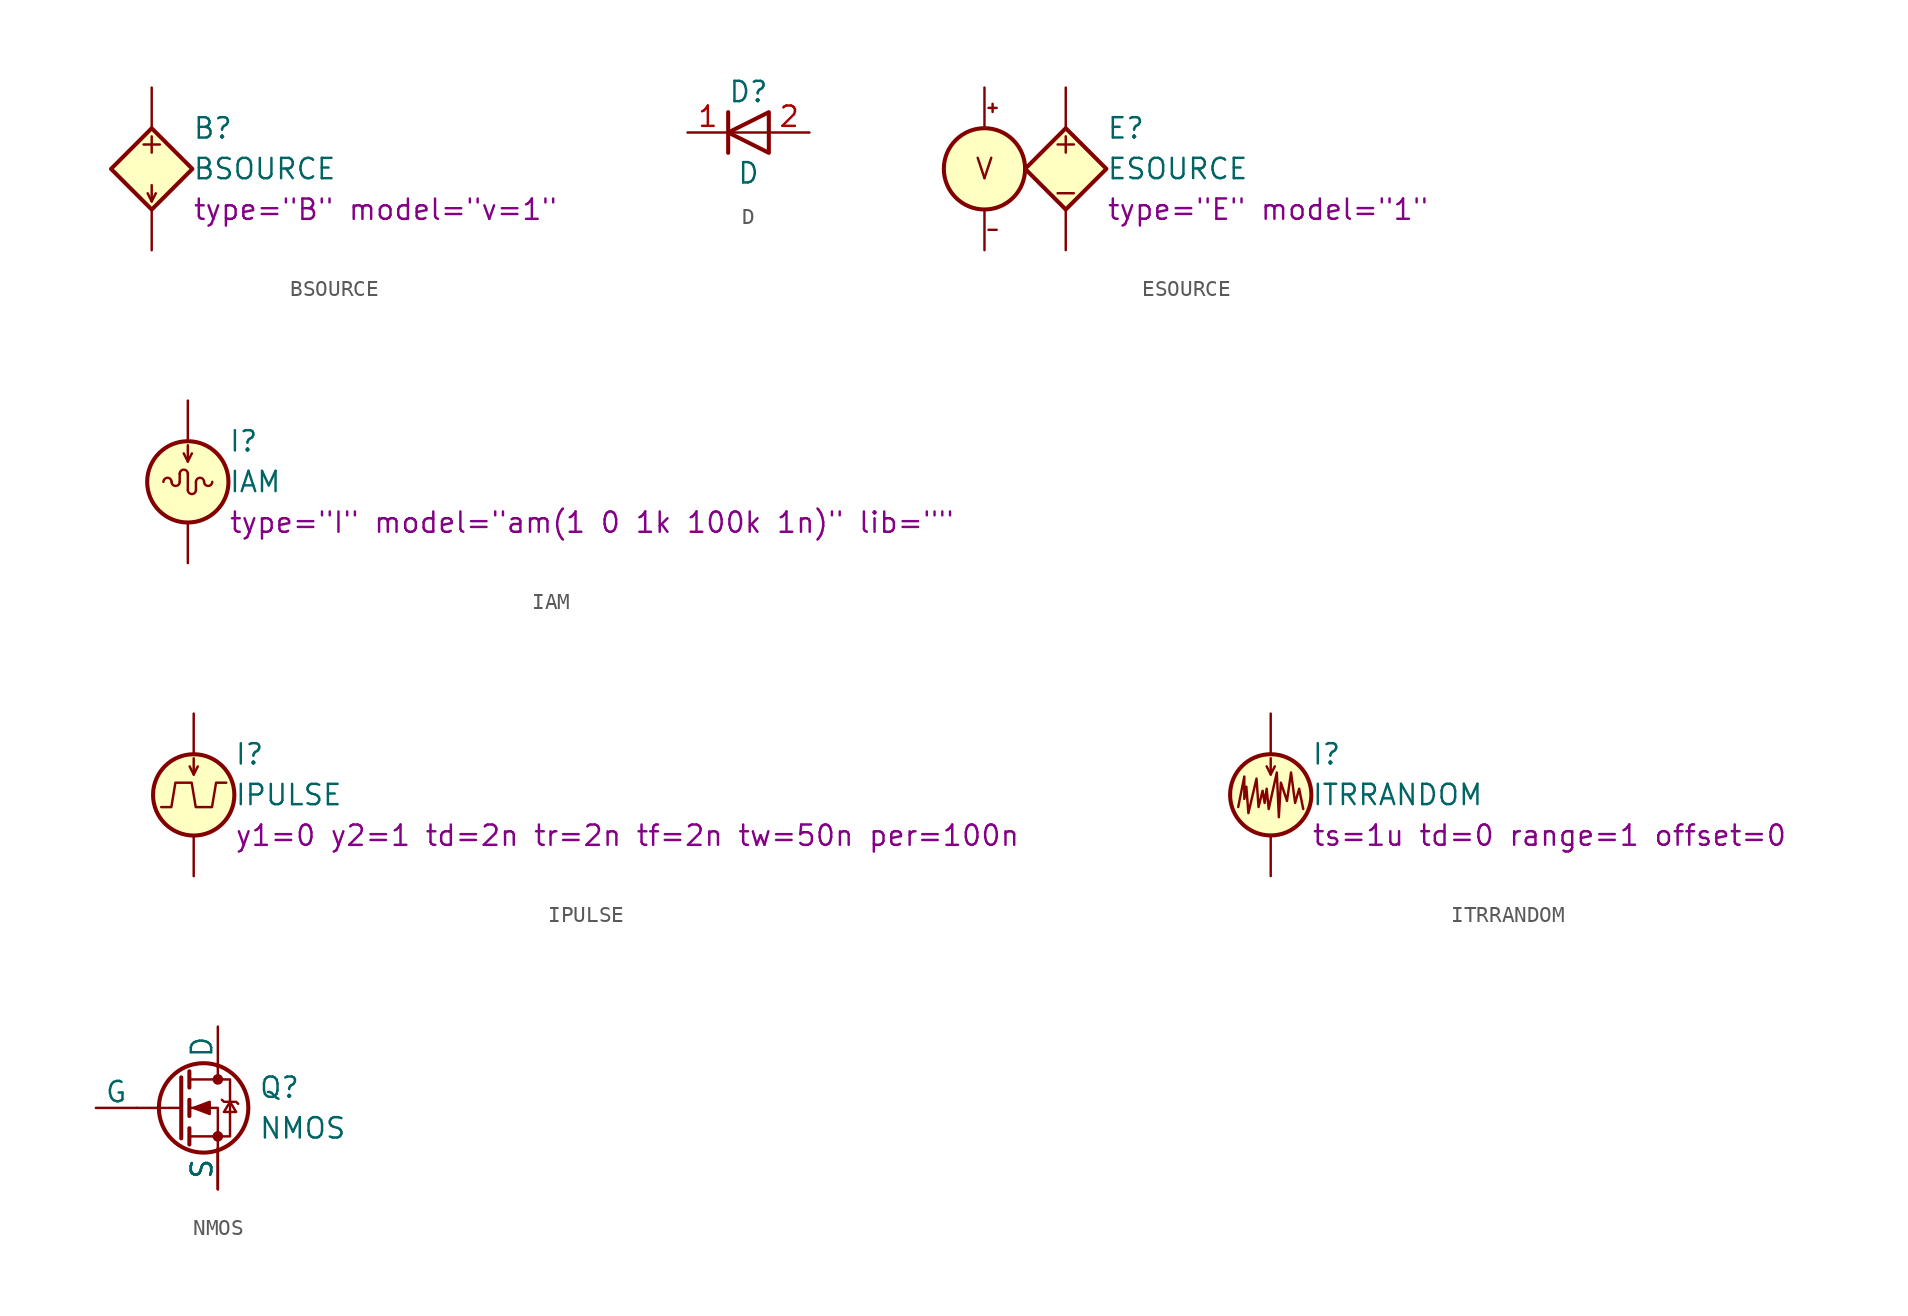
<source format=kicad_sym>
(kicad_symbol_lib
  (version 20231120)
  (generator "kicad_symbol_editor")
  (generator_version "8.0")
  (symbol "BSOURCE"
    (pin_numbers hide)
    (pin_names
      (offset 1.016) hide)
    (property "Reference" "B"
      (at 2.54 2.54 0)
      (effects (font (size 1.27 1.27)) (justify left)))
    (property "Value" "BSOURCE"
      (at 2.54 0 0)
      (effects (font (size 1.27 1.27)) (justify left)))
    (property "Sim.Params" "type=\"B\" model=\"v=1\""
      (at 2.54 -2.54 0)
      (effects (font (size 1.27 1.27)) (justify left)))
    (symbol "BSOURCE_0_1"
      (polyline (pts (xy 0 -1.016) (xy 0 -2.032)) (stroke (width 0) (type default)) (fill (type none)))
      (polyline (pts (xy 0.254 -1.524) (xy 0 -2.032) (xy -0.254 -1.524)) (stroke (width 0) (type default)) (fill (type none)))
      (polyline (pts (xy 0 2.54) (xy -2.54 0) (xy 0 -2.54) (xy 2.54 0) (xy 0 2.54)) (stroke (width 0.254) (type default)) (fill (type background))))
    (symbol "BSOURCE_1_1"
      (polyline (pts (xy -0.508 1.524) (xy 0.508 1.524)) (stroke (width 0) (type default)) (fill (type none)))
      (polyline (pts (xy 0 1.016) (xy 0 2.032)) (stroke (width 0) (type default)) (fill (type none)))
      (pin passive line (at 0 5.08 270) (length 2.54) (name "N+" (effects (font (size 1.27 1.27)))) (number "1" (effects (font (size 1.27 1.27)))))
      (pin passive line (at 0 -5.08 90) (length 2.54) (name "N-" (effects (font (size 1.27 1.27)))) (number "2" (effects (font (size 1.27 1.27)))))))
  (symbol "D"
    (pin_names
      (offset 1.016) hide)
    (property "Reference" "D"
      (at 0 2.54 0)
      (effects (font (size 1.27 1.27))))
    (property "Value" "D"
      (at 0 -2.54 0)
      (effects (font (size 1.27 1.27))))
    (symbol "D_0_1"
      (polyline (pts (xy -1.27 1.27) (xy -1.27 -1.27)) (stroke (width 0.254) (type default)) (fill (type none)))
      (polyline (pts (xy 1.27 0) (xy -1.27 0)) (stroke (width 0) (type default)) (fill (type none)))
      (polyline (pts (xy 1.27 1.27) (xy 1.27 -1.27) (xy -1.27 0) (xy 1.27 1.27)) (stroke (width 0.254) (type default)) (fill (type none))))
    (symbol "D_1_1"
      (pin passive line (at -3.81 0 0) (length 2.54) (name "K" (effects (font (size 1.27 1.27)))) (number "1" (effects (font (size 1.27 1.27)))))
      (pin passive line (at 3.81 0 180) (length 2.54) (name "A" (effects (font (size 1.27 1.27)))) (number "2" (effects (font (size 1.27 1.27)))))))
  (symbol "ESOURCE"
    (pin_numbers hide)
    (pin_names
      (offset 1.016) hide)
    (property "Reference" "E"
      (at 2.54 2.54 0)
      (effects (font (size 1.27 1.27)) (justify left)))
    (property "Value" "ESOURCE"
      (at 2.54 0 0)
      (effects (font (size 1.27 1.27)) (justify left)))
    (property "Sim.Params" "type=\"E\" model=\"1\""
      (at 2.54 -2.54 0)
      (effects (font (size 1.27 1.27)) (justify left)))
    (symbol "ESOURCE_0_1"
      (polyline (pts (xy 0 2.032) (xy 0 1.016)) (stroke (width 0) (type default)) (fill (type none))))
    (symbol "ESOURCE_1_1"
      (circle (center -5.08 0) (radius 2.54) (stroke (width 0.254) (type default)) (fill (type background)))
      (polyline (pts (xy -4.826 -3.81) (xy -4.318 -3.81)) (stroke (width 0) (type default)) (fill (type none)))
      (polyline (pts (xy -4.826 3.81) (xy -4.318 3.81)) (stroke (width 0) (type default)) (fill (type none)))
      (polyline (pts (xy -4.572 4.064) (xy -4.572 3.556)) (stroke (width 0) (type default)) (fill (type none)))
      (polyline (pts (xy 0.508 -1.524) (xy -0.508 -1.524)) (stroke (width 0) (type default)) (fill (type none)))
      (polyline (pts (xy 0.508 1.524) (xy -0.508 1.524)) (stroke (width 0) (type default)) (fill (type none)))
      (polyline (pts (xy 0 2.54) (xy -2.54 0) (xy 0 -2.54) (xy 2.54 0) (xy 0 2.54)) (stroke (width 0.254) (type default)) (fill (type background)))
      (text "V" (at -5.08 0 0) (effects (font (size 1.27 1.27))))
      (pin passive line (at 0 5.08 270) (length 2.54) (name "N+" (effects (font (size 1.27 1.27)))) (number "1" (effects (font (size 1.27 1.27)))))
      (pin passive line (at 0 -5.08 90) (length 2.54) (name "N-" (effects (font (size 1.27 1.27)))) (number "2" (effects (font (size 1.27 1.27)))))
      (pin input line (at -5.08 5.08 270) (length 2.54) (name "C+" (effects (font (size 1.27 1.27)))) (number "3" (effects (font (size 1.27 1.27)))))
      (pin input line (at -5.08 -5.08 90) (length 2.54) (name "C-" (effects (font (size 1.27 1.27)))) (number "4" (effects (font (size 1.27 1.27)))))))
  (symbol "IAM"
    (pin_numbers hide)
    (pin_names
      (offset 0.025))
    (property "Reference" "I"
      (at 2.54 2.54 0)
      (effects (font (size 1.27 1.27)) (justify left)))
    (property "Value" "IAM"
      (at 2.54 0 0)
      (effects (font (size 1.27 1.27)) (justify left)))
    (property "Sim.Params" "type=\"I\" model=\"am(1 0 1k 100k 1n)\" lib=\"\""
      (at 2.54 -2.54 0)
      (effects (font (size 1.27 1.27)) (justify left)))
    (symbol "IAM_0_0"
      (arc (start 0 0.508) (mid -0.254 0.7609) (end -0.508 0.508) (stroke (width 0) (type default)) (fill (type none))))
    (symbol "IAM_0_1"
      (arc (start -1.016 0) (mid -1.27 0.2529) (end -1.524 0) (stroke (width 0) (type default)) (fill (type none)))
      (arc (start -1.016 0) (mid -0.762 -0.2529) (end -0.508 0) (stroke (width 0) (type default)) (fill (type none)))
      (arc (start 0 -0.508) (mid 0.254 -0.7609) (end 0.508 -0.508) (stroke (width 0) (type default)) (fill (type none)))
      (polyline (pts (xy -0.508 0.508) (xy -0.508 0)) (stroke (width 0) (type default)) (fill (type none)))
      (polyline (pts (xy 0 0.508) (xy 0 -0.508)) (stroke (width 0) (type default)) (fill (type none)))
      (polyline (pts (xy 0 1.27) (xy 0 2.286)) (stroke (width 0) (type default)) (fill (type none)))
      (polyline (pts (xy 0.508 -0.508) (xy 0.508 0)) (stroke (width 0) (type default)) (fill (type none)))
      (polyline (pts (xy -0.254 1.778) (xy 0 1.27) (xy 0.254 1.778)) (stroke (width 0) (type default)) (fill (type none)))
      (circle (center 0 0) (radius 2.54) (stroke (width 0.254) (type default)) (fill (type background)))
      (arc (start 1.016 0) (mid 0.762 0.2529) (end 0.508 0) (stroke (width 0) (type default)) (fill (type none)))
      (arc (start 1.016 0) (mid 1.27 -0.2529) (end 1.524 0) (stroke (width 0) (type default)) (fill (type none))))
    (symbol "IAM_1_1"
      (pin passive line (at 0 5.08 270) (length 2.54) (name "~" (effects (font (size 1.27 1.27)))) (number "1" (effects (font (size 1.27 1.27)))))
      (pin passive line (at 0 -5.08 90) (length 2.54) (name "~" (effects (font (size 1.27 1.27)))) (number "2" (effects (font (size 1.27 1.27)))))))
  (symbol "IPULSE"
    (pin_numbers hide)
    (pin_names
      (offset 0.025))
    (property "Reference" "I"
      (at 2.54 2.54 0)
      (effects (font (size 1.27 1.27)) (justify left)))
    (property "Value" "IPULSE"
      (at 2.54 0 0)
      (effects (font (size 1.27 1.27)) (justify left)))
    (property "Sim.Params" "y1=0 y2=1 td=2n tr=2n tf=2n tw=50n per=100n"
      (at 2.54 -2.54 0)
      (effects (font (size 1.27 1.27)) (justify left)))
    (symbol "IPULSE_0_0"
      (polyline (pts (xy -2.032 -0.762) (xy -1.397 -0.762) (xy -1.143 0.762) (xy -0.127 0.762) (xy 0.127 -0.762) (xy 1.143 -0.762) (xy 1.397 0.762) (xy 2.032 0.762)) (stroke (width 0) (type default)) (fill (type none))))
    (symbol "IPULSE_0_1"
      (polyline (pts (xy 0 1.27) (xy 0 2.286)) (stroke (width 0) (type default)) (fill (type none)))
      (polyline (pts (xy -0.254 1.778) (xy 0 1.27) (xy 0.254 1.778)) (stroke (width 0) (type default)) (fill (type none)))
      (circle (center 0 0) (radius 2.54) (stroke (width 0.254) (type default)) (fill (type background))))
    (symbol "IPULSE_1_1"
      (pin passive line (at 0 5.08 270) (length 2.54) (name "~" (effects (font (size 1.27 1.27)))) (number "1" (effects (font (size 1.27 1.27)))))
      (pin passive line (at 0 -5.08 90) (length 2.54) (name "~" (effects (font (size 1.27 1.27)))) (number "2" (effects (font (size 1.27 1.27)))))))
  (symbol "ITRRANDOM"
    (pin_numbers hide)
    (pin_names
      (offset 0.025))
    (property "Reference" "I"
      (at 2.54 2.54 0)
      (effects (font (size 1.27 1.27)) (justify left)))
    (property "Value" "ITRRANDOM"
      (at 2.54 0 0)
      (effects (font (size 1.27 1.27)) (justify left)))
    (property "Sim.Params" "ts=1u td=0 range=1 offset=0"
      (at 2.54 -2.54 0)
      (effects (font (size 1.27 1.27)) (justify left)))
    (symbol "ITRRANDOM_0_1"
      (polyline (pts (xy 0 1.27) (xy 0 2.286)) (stroke (width 0) (type default)) (fill (type none)))
      (polyline (pts (xy -0.254 1.778) (xy 0 1.27) (xy 0.254 1.778)) (stroke (width 0) (type default)) (fill (type none)))
      (polyline (pts (xy -2.032 -0.762) (xy -1.651 1.143) (xy -1.651 -0.254) (xy -1.524 0.508) (xy -1.397 -1.143) (xy -0.889 1.016) (xy -0.762 -0.762) (xy -0.508 0.254) (xy -0.381 -0.508) (xy -0.254 0.381) (xy -0.127 -0.889) (xy 0.381 1.397) (xy 0.508 -1.397) (xy 0.635 0.762) (xy 1.016 -0.381) (xy 1.27 1.397) (xy 1.524 -0.508) (xy 1.778 0.381) (xy 2.032 -0.889)) (stroke (width 0) (type default)) (fill (type none)))
      (circle (center 0 0) (radius 2.54) (stroke (width 0.254) (type default)) (fill (type background))))
    (symbol "ITRRANDOM_1_1"
      (pin passive line (at 0 5.08 270) (length 2.54) (name "~" (effects (font (size 1.27 1.27)))) (number "1" (effects (font (size 1.27 1.27)))))
      (pin passive line (at 0 -5.08 90) (length 2.54) (name "~" (effects (font (size 1.27 1.27)))) (number "2" (effects (font (size 1.27 1.27)))))))
  (symbol "NMOS"
    (pin_numbers hide)
    (pin_names
      (offset 0))
    (property "Reference" "Q"
      (at 5.08 1.27 0)
      (effects (font (size 1.27 1.27)) (justify left)))
    (property "Value" "NMOS"
      (at 5.08 -1.27 0)
      (effects (font (size 1.27 1.27)) (justify left)))
    (symbol "NMOS_0_1"
      (polyline (pts (xy 0.254 0) (xy -2.54 0)) (stroke (width 0) (type default)) (fill (type none)))
      (polyline (pts (xy 0.254 1.905) (xy 0.254 -1.905)) (stroke (width 0.254) (type default)) (fill (type none)))
      (polyline (pts (xy 0.762 -1.27) (xy 0.762 -2.286)) (stroke (width 0.254) (type default)) (fill (type none)))
      (polyline (pts (xy 0.762 0.508) (xy 0.762 -0.508)) (stroke (width 0.254) (type default)) (fill (type none)))
      (polyline (pts (xy 0.762 2.286) (xy 0.762 1.27)) (stroke (width 0.254) (type default)) (fill (type none)))
      (polyline (pts (xy 2.54 2.54) (xy 2.54 1.778)) (stroke (width 0) (type default)) (fill (type none)))
      (polyline (pts (xy 2.54 -2.54) (xy 2.54 0) (xy 0.762 0)) (stroke (width 0) (type default)) (fill (type none)))
      (polyline (pts (xy 0.762 -1.778) (xy 3.302 -1.778) (xy 3.302 1.778) (xy 0.762 1.778)) (stroke (width 0) (type default)) (fill (type none)))
      (polyline (pts (xy 1.016 0) (xy 2.032 0.381) (xy 2.032 -0.381) (xy 1.016 0)) (stroke (width 0) (type default)) (fill (type outline)))
      (polyline (pts (xy 2.794 0.508) (xy 2.921 0.381) (xy 3.683 0.381) (xy 3.81 0.254)) (stroke (width 0) (type default)) (fill (type none)))
      (polyline (pts (xy 3.302 0.381) (xy 2.921 -0.254) (xy 3.683 -0.254) (xy 3.302 0.381)) (stroke (width 0) (type default)) (fill (type none)))
      (circle (center 1.651 0) (radius 2.794) (stroke (width 0.254) (type default)) (fill (type none)))
      (circle (center 2.54 -1.778) (radius 0.254) (stroke (width 0) (type default)) (fill (type outline)))
      (circle (center 2.54 1.778) (radius 0.254) (stroke (width 0) (type default)) (fill (type outline))))
    (symbol "NMOS_1_1"
      (pin passive line (at 2.54 -5.08 90) (length 2.54) (name "S" (effects (font (size 1.27 1.27)))) (number "1" (effects (font (size 1.27 1.27)))))
      (pin passive line (at 2.54 -5.08 90) (length 2.54) (name "S" (effects (font (size 1.27 1.27)))) (number "2" (effects (font (size 1.27 1.27)))))
      (pin passive line (at 2.54 -5.08 90) (length 2.54) (name "S" (effects (font (size 1.27 1.27)))) (number "3" (effects (font (size 1.27 1.27)))))
      (pin input line (at -5.08 0 0) (length 2.54) (name "G" (effects (font (size 1.27 1.27)))) (number "4" (effects (font (size 1.27 1.27)))))
      (pin passive line (at 2.54 5.08 270) (length 2.54) (name "D" (effects (font (size 1.27 1.27)))) (number "5" (effects (font (size 1.27 1.27))))))))
</source>
